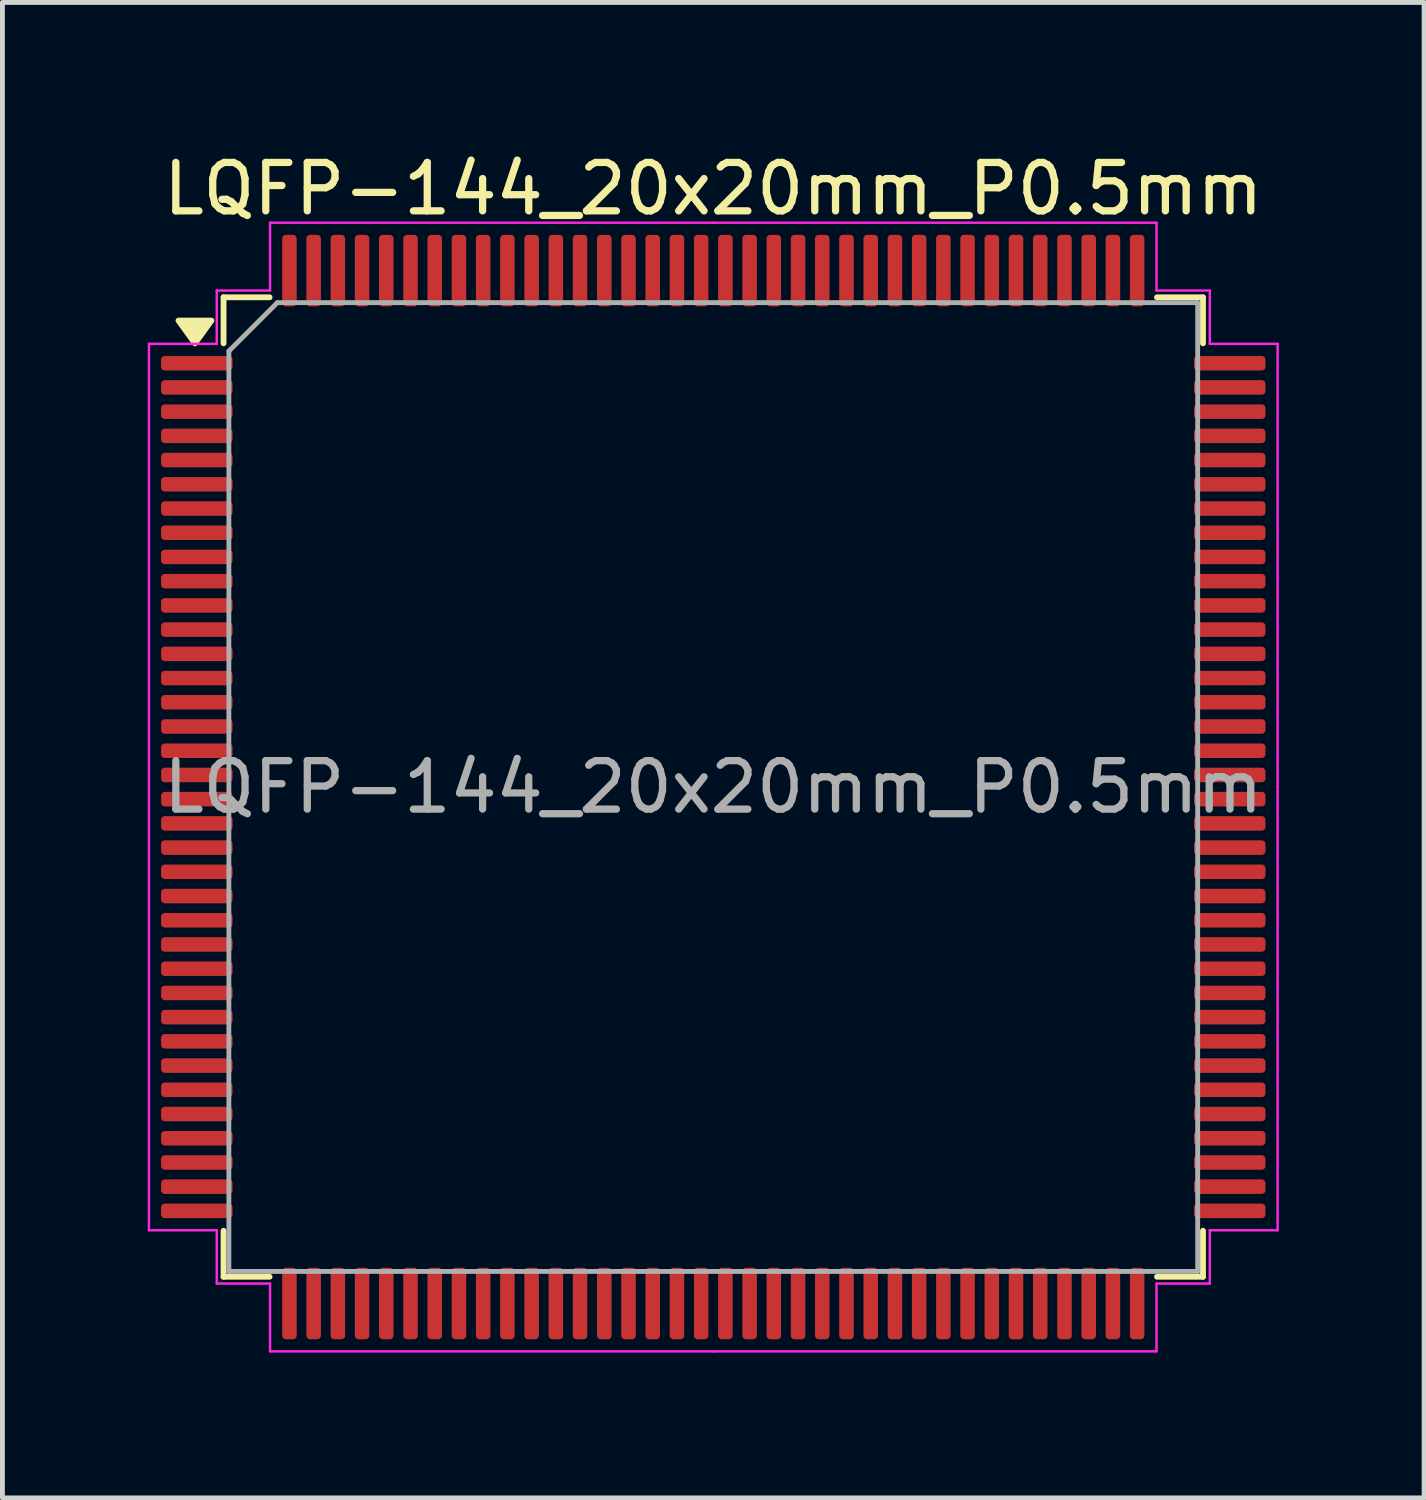
<source format=kicad_pcb>
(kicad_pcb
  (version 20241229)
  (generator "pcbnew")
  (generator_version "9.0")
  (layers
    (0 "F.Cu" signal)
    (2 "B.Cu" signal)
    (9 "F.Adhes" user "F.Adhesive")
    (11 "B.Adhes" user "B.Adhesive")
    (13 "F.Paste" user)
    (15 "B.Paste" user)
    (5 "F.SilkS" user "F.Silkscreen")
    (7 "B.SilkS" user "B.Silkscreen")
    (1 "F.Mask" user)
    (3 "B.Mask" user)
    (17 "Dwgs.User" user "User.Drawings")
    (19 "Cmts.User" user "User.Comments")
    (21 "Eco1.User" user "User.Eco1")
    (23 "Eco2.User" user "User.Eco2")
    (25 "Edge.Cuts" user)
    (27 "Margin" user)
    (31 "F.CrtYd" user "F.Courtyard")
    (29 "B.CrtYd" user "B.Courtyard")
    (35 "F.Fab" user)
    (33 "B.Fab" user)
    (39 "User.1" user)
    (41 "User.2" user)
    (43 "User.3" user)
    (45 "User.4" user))
  (footprint "LQFP-144_20x20mm_P0.5mm"
    (layer "F.Cu")
    (at 11.675 13.198)
    (property "Reference" "LQFP-144_20x20mm_P0.5mm" (at 0 -12.35 0) (layer "F.SilkS") (effects (font (size 1 1) (thickness 0.15))))
    (attr smd)
    (fp_line (start -10.11 -10.11) (end -10.11 -9.16) (stroke (width 0.12) (type solid)) (layer "F.SilkS"))
    (fp_line (start -10.11 10.11) (end -10.11 9.16) (stroke (width 0.12) (type solid)) (layer "F.SilkS"))
    (fp_line (start -9.16 -10.11) (end -10.11 -10.11) (stroke (width 0.12) (type solid)) (layer "F.SilkS"))
    (fp_line (start -9.16 10.11) (end -10.11 10.11) (stroke (width 0.12) (type solid)) (layer "F.SilkS"))
    (fp_line (start 9.16 -10.11) (end 10.11 -10.11) (stroke (width 0.12) (type solid)) (layer "F.SilkS"))
    (fp_line (start 9.16 10.11) (end 10.11 10.11) (stroke (width 0.12) (type solid)) (layer "F.SilkS"))
    (fp_line (start 10.11 -10.11) (end 10.11 -9.16) (stroke (width 0.12) (type solid)) (layer "F.SilkS"))
    (fp_line (start 10.11 10.11) (end 10.11 9.16) (stroke (width 0.12) (type solid)) (layer "F.SilkS"))
    (fp_poly (pts (xy -10.7 -9.16) (xy -11.04 -9.63) (xy -10.36 -9.63) (xy -10.7 -9.16)) (stroke (width 0.12) (type solid)) (fill yes) (layer "F.SilkS"))
    (fp_line (start -11.65 -9.15) (end -11.65 0) (stroke (width 0.05) (type solid)) (layer "F.CrtYd"))
    (fp_line (start -11.65 9.15) (end -11.65 0) (stroke (width 0.05) (type solid)) (layer "F.CrtYd"))
    (fp_line (start -10.25 -10.25) (end -10.25 -9.15) (stroke (width 0.05) (type solid)) (layer "F.CrtYd"))
    (fp_line (start -10.25 -9.15) (end -11.65 -9.15) (stroke (width 0.05) (type solid)) (layer "F.CrtYd"))
    (fp_line (start -10.25 9.15) (end -11.65 9.15) (stroke (width 0.05) (type solid)) (layer "F.CrtYd"))
    (fp_line (start -10.25 10.25) (end -10.25 9.15) (stroke (width 0.05) (type solid)) (layer "F.CrtYd"))
    (fp_line (start -9.15 -11.65) (end -9.15 -10.25) (stroke (width 0.05) (type solid)) (layer "F.CrtYd"))
    (fp_line (start -9.15 -10.25) (end -10.25 -10.25) (stroke (width 0.05) (type solid)) (layer "F.CrtYd"))
    (fp_line (start -9.15 10.25) (end -10.25 10.25) (stroke (width 0.05) (type solid)) (layer "F.CrtYd"))
    (fp_line (start -9.15 11.65) (end -9.15 10.25) (stroke (width 0.05) (type solid)) (layer "F.CrtYd"))
    (fp_line (start 0 -11.65) (end -9.15 -11.65) (stroke (width 0.05) (type solid)) (layer "F.CrtYd"))
    (fp_line (start 0 -11.65) (end 9.15 -11.65) (stroke (width 0.05) (type solid)) (layer "F.CrtYd"))
    (fp_line (start 0 11.65) (end -9.15 11.65) (stroke (width 0.05) (type solid)) (layer "F.CrtYd"))
    (fp_line (start 0 11.65) (end 9.15 11.65) (stroke (width 0.05) (type solid)) (layer "F.CrtYd"))
    (fp_line (start 9.15 -11.65) (end 9.15 -10.25) (stroke (width 0.05) (type solid)) (layer "F.CrtYd"))
    (fp_line (start 9.15 -10.25) (end 10.25 -10.25) (stroke (width 0.05) (type solid)) (layer "F.CrtYd"))
    (fp_line (start 9.15 10.25) (end 10.25 10.25) (stroke (width 0.05) (type solid)) (layer "F.CrtYd"))
    (fp_line (start 9.15 11.65) (end 9.15 10.25) (stroke (width 0.05) (type solid)) (layer "F.CrtYd"))
    (fp_line (start 10.25 -10.25) (end 10.25 -9.15) (stroke (width 0.05) (type solid)) (layer "F.CrtYd"))
    (fp_line (start 10.25 -9.15) (end 11.65 -9.15) (stroke (width 0.05) (type solid)) (layer "F.CrtYd"))
    (fp_line (start 10.25 9.15) (end 11.65 9.15) (stroke (width 0.05) (type solid)) (layer "F.CrtYd"))
    (fp_line (start 10.25 10.25) (end 10.25 9.15) (stroke (width 0.05) (type solid)) (layer "F.CrtYd"))
    (fp_line (start 11.65 -9.15) (end 11.65 0) (stroke (width 0.05) (type solid)) (layer "F.CrtYd"))
    (fp_line (start 11.65 9.15) (end 11.65 0) (stroke (width 0.05) (type solid)) (layer "F.CrtYd"))
    (fp_line (start -10 -9) (end -9 -10) (stroke (width 0.1) (type solid)) (layer "F.Fab"))
    (fp_line (start -10 10) (end -10 -9) (stroke (width 0.1) (type solid)) (layer "F.Fab"))
    (fp_line (start -9 -10) (end 10 -10) (stroke (width 0.1) (type solid)) (layer "F.Fab"))
    (fp_line (start 10 -10) (end 10 10) (stroke (width 0.1) (type solid)) (layer "F.Fab"))
    (fp_line (start 10 10) (end -10 10) (stroke (width 0.1) (type solid)) (layer "F.Fab"))
    (fp_text user "${REFERENCE}" (at 0 0 0) (layer "F.Fab") (effects (font (size 1 1) (thickness 0.15))))
    (pad "1" smd roundrect (at -10.662 -8.75) (size 1.475 0.3) (layers "F.Cu" "F.Mask" "F.Paste") (roundrect_rratio 0.25))
    (pad "2" smd roundrect (at -10.662 -8.25) (size 1.475 0.3) (layers "F.Cu" "F.Mask" "F.Paste") (roundrect_rratio 0.25))
    (pad "3" smd roundrect (at -10.662 -7.75) (size 1.475 0.3) (layers "F.Cu" "F.Mask" "F.Paste") (roundrect_rratio 0.25))
    (pad "4" smd roundrect (at -10.662 -7.25) (size 1.475 0.3) (layers "F.Cu" "F.Mask" "F.Paste") (roundrect_rratio 0.25))
    (pad "5" smd roundrect (at -10.662 -6.75) (size 1.475 0.3) (layers "F.Cu" "F.Mask" "F.Paste") (roundrect_rratio 0.25))
    (pad "6" smd roundrect (at -10.662 -6.25) (size 1.475 0.3) (layers "F.Cu" "F.Mask" "F.Paste") (roundrect_rratio 0.25))
    (pad "7" smd roundrect (at -10.662 -5.75) (size 1.475 0.3) (layers "F.Cu" "F.Mask" "F.Paste") (roundrect_rratio 0.25))
    (pad "8" smd roundrect (at -10.662 -5.25) (size 1.475 0.3) (layers "F.Cu" "F.Mask" "F.Paste") (roundrect_rratio 0.25))
    (pad "9" smd roundrect (at -10.662 -4.75) (size 1.475 0.3) (layers "F.Cu" "F.Mask" "F.Paste") (roundrect_rratio 0.25))
    (pad "10" smd roundrect (at -10.662 -4.25) (size 1.475 0.3) (layers "F.Cu" "F.Mask" "F.Paste") (roundrect_rratio 0.25))
    (pad "11" smd roundrect (at -10.662 -3.75) (size 1.475 0.3) (layers "F.Cu" "F.Mask" "F.Paste") (roundrect_rratio 0.25))
    (pad "12" smd roundrect (at -10.662 -3.25) (size 1.475 0.3) (layers "F.Cu" "F.Mask" "F.Paste") (roundrect_rratio 0.25))
    (pad "13" smd roundrect (at -10.662 -2.75) (size 1.475 0.3) (layers "F.Cu" "F.Mask" "F.Paste") (roundrect_rratio 0.25))
    (pad "14" smd roundrect (at -10.662 -2.25) (size 1.475 0.3) (layers "F.Cu" "F.Mask" "F.Paste") (roundrect_rratio 0.25))
    (pad "15" smd roundrect (at -10.662 -1.75) (size 1.475 0.3) (layers "F.Cu" "F.Mask" "F.Paste") (roundrect_rratio 0.25))
    (pad "16" smd roundrect (at -10.662 -1.25) (size 1.475 0.3) (layers "F.Cu" "F.Mask" "F.Paste") (roundrect_rratio 0.25))
    (pad "17" smd roundrect (at -10.662 -0.75) (size 1.475 0.3) (layers "F.Cu" "F.Mask" "F.Paste") (roundrect_rratio 0.25))
    (pad "18" smd roundrect (at -10.662 -0.25) (size 1.475 0.3) (layers "F.Cu" "F.Mask" "F.Paste") (roundrect_rratio 0.25))
    (pad "19" smd roundrect (at -10.662 0.25) (size 1.475 0.3) (layers "F.Cu" "F.Mask" "F.Paste") (roundrect_rratio 0.25))
    (pad "20" smd roundrect (at -10.662 0.75) (size 1.475 0.3) (layers "F.Cu" "F.Mask" "F.Paste") (roundrect_rratio 0.25))
    (pad "21" smd roundrect (at -10.662 1.25) (size 1.475 0.3) (layers "F.Cu" "F.Mask" "F.Paste") (roundrect_rratio 0.25))
    (pad "22" smd roundrect (at -10.662 1.75) (size 1.475 0.3) (layers "F.Cu" "F.Mask" "F.Paste") (roundrect_rratio 0.25))
    (pad "23" smd roundrect (at -10.662 2.25) (size 1.475 0.3) (layers "F.Cu" "F.Mask" "F.Paste") (roundrect_rratio 0.25))
    (pad "24" smd roundrect (at -10.662 2.75) (size 1.475 0.3) (layers "F.Cu" "F.Mask" "F.Paste") (roundrect_rratio 0.25))
    (pad "25" smd roundrect (at -10.662 3.25) (size 1.475 0.3) (layers "F.Cu" "F.Mask" "F.Paste") (roundrect_rratio 0.25))
    (pad "26" smd roundrect (at -10.662 3.75) (size 1.475 0.3) (layers "F.Cu" "F.Mask" "F.Paste") (roundrect_rratio 0.25))
    (pad "27" smd roundrect (at -10.662 4.25) (size 1.475 0.3) (layers "F.Cu" "F.Mask" "F.Paste") (roundrect_rratio 0.25))
    (pad "28" smd roundrect (at -10.662 4.75) (size 1.475 0.3) (layers "F.Cu" "F.Mask" "F.Paste") (roundrect_rratio 0.25))
    (pad "29" smd roundrect (at -10.662 5.25) (size 1.475 0.3) (layers "F.Cu" "F.Mask" "F.Paste") (roundrect_rratio 0.25))
    (pad "30" smd roundrect (at -10.662 5.75) (size 1.475 0.3) (layers "F.Cu" "F.Mask" "F.Paste") (roundrect_rratio 0.25))
    (pad "31" smd roundrect (at -10.662 6.25) (size 1.475 0.3) (layers "F.Cu" "F.Mask" "F.Paste") (roundrect_rratio 0.25))
    (pad "32" smd roundrect (at -10.662 6.75) (size 1.475 0.3) (layers "F.Cu" "F.Mask" "F.Paste") (roundrect_rratio 0.25))
    (pad "33" smd roundrect (at -10.662 7.25) (size 1.475 0.3) (layers "F.Cu" "F.Mask" "F.Paste") (roundrect_rratio 0.25))
    (pad "34" smd roundrect (at -10.662 7.75) (size 1.475 0.3) (layers "F.Cu" "F.Mask" "F.Paste") (roundrect_rratio 0.25))
    (pad "35" smd roundrect (at -10.662 8.25) (size 1.475 0.3) (layers "F.Cu" "F.Mask" "F.Paste") (roundrect_rratio 0.25))
    (pad "36" smd roundrect (at -10.662 8.75) (size 1.475 0.3) (layers "F.Cu" "F.Mask" "F.Paste") (roundrect_rratio 0.25))
    (pad "37" smd roundrect (at -8.75 10.662) (size 0.3 1.475) (layers "F.Cu" "F.Mask" "F.Paste") (roundrect_rratio 0.25))
    (pad "38" smd roundrect (at -8.25 10.662) (size 0.3 1.475) (layers "F.Cu" "F.Mask" "F.Paste") (roundrect_rratio 0.25))
    (pad "39" smd roundrect (at -7.75 10.662) (size 0.3 1.475) (layers "F.Cu" "F.Mask" "F.Paste") (roundrect_rratio 0.25))
    (pad "40" smd roundrect (at -7.25 10.662) (size 0.3 1.475) (layers "F.Cu" "F.Mask" "F.Paste") (roundrect_rratio 0.25))
    (pad "41" smd roundrect (at -6.75 10.662) (size 0.3 1.475) (layers "F.Cu" "F.Mask" "F.Paste") (roundrect_rratio 0.25))
    (pad "42" smd roundrect (at -6.25 10.662) (size 0.3 1.475) (layers "F.Cu" "F.Mask" "F.Paste") (roundrect_rratio 0.25))
    (pad "43" smd roundrect (at -5.75 10.662) (size 0.3 1.475) (layers "F.Cu" "F.Mask" "F.Paste") (roundrect_rratio 0.25))
    (pad "44" smd roundrect (at -5.25 10.662) (size 0.3 1.475) (layers "F.Cu" "F.Mask" "F.Paste") (roundrect_rratio 0.25))
    (pad "45" smd roundrect (at -4.75 10.662) (size 0.3 1.475) (layers "F.Cu" "F.Mask" "F.Paste") (roundrect_rratio 0.25))
    (pad "46" smd roundrect (at -4.25 10.662) (size 0.3 1.475) (layers "F.Cu" "F.Mask" "F.Paste") (roundrect_rratio 0.25))
    (pad "47" smd roundrect (at -3.75 10.662) (size 0.3 1.475) (layers "F.Cu" "F.Mask" "F.Paste") (roundrect_rratio 0.25))
    (pad "48" smd roundrect (at -3.25 10.662) (size 0.3 1.475) (layers "F.Cu" "F.Mask" "F.Paste") (roundrect_rratio 0.25))
    (pad "49" smd roundrect (at -2.75 10.662) (size 0.3 1.475) (layers "F.Cu" "F.Mask" "F.Paste") (roundrect_rratio 0.25))
    (pad "50" smd roundrect (at -2.25 10.662) (size 0.3 1.475) (layers "F.Cu" "F.Mask" "F.Paste") (roundrect_rratio 0.25))
    (pad "51" smd roundrect (at -1.75 10.662) (size 0.3 1.475) (layers "F.Cu" "F.Mask" "F.Paste") (roundrect_rratio 0.25))
    (pad "52" smd roundrect (at -1.25 10.662) (size 0.3 1.475) (layers "F.Cu" "F.Mask" "F.Paste") (roundrect_rratio 0.25))
    (pad "53" smd roundrect (at -0.75 10.662) (size 0.3 1.475) (layers "F.Cu" "F.Mask" "F.Paste") (roundrect_rratio 0.25))
    (pad "54" smd roundrect (at -0.25 10.662) (size 0.3 1.475) (layers "F.Cu" "F.Mask" "F.Paste") (roundrect_rratio 0.25))
    (pad "55" smd roundrect (at 0.25 10.662) (size 0.3 1.475) (layers "F.Cu" "F.Mask" "F.Paste") (roundrect_rratio 0.25))
    (pad "56" smd roundrect (at 0.75 10.662) (size 0.3 1.475) (layers "F.Cu" "F.Mask" "F.Paste") (roundrect_rratio 0.25))
    (pad "57" smd roundrect (at 1.25 10.662) (size 0.3 1.475) (layers "F.Cu" "F.Mask" "F.Paste") (roundrect_rratio 0.25))
    (pad "58" smd roundrect (at 1.75 10.662) (size 0.3 1.475) (layers "F.Cu" "F.Mask" "F.Paste") (roundrect_rratio 0.25))
    (pad "59" smd roundrect (at 2.25 10.662) (size 0.3 1.475) (layers "F.Cu" "F.Mask" "F.Paste") (roundrect_rratio 0.25))
    (pad "60" smd roundrect (at 2.75 10.662) (size 0.3 1.475) (layers "F.Cu" "F.Mask" "F.Paste") (roundrect_rratio 0.25))
    (pad "61" smd roundrect (at 3.25 10.662) (size 0.3 1.475) (layers "F.Cu" "F.Mask" "F.Paste") (roundrect_rratio 0.25))
    (pad "62" smd roundrect (at 3.75 10.662) (size 0.3 1.475) (layers "F.Cu" "F.Mask" "F.Paste") (roundrect_rratio 0.25))
    (pad "63" smd roundrect (at 4.25 10.662) (size 0.3 1.475) (layers "F.Cu" "F.Mask" "F.Paste") (roundrect_rratio 0.25))
    (pad "64" smd roundrect (at 4.75 10.662) (size 0.3 1.475) (layers "F.Cu" "F.Mask" "F.Paste") (roundrect_rratio 0.25))
    (pad "65" smd roundrect (at 5.25 10.662) (size 0.3 1.475) (layers "F.Cu" "F.Mask" "F.Paste") (roundrect_rratio 0.25))
    (pad "66" smd roundrect (at 5.75 10.662) (size 0.3 1.475) (layers "F.Cu" "F.Mask" "F.Paste") (roundrect_rratio 0.25))
    (pad "67" smd roundrect (at 6.25 10.662) (size 0.3 1.475) (layers "F.Cu" "F.Mask" "F.Paste") (roundrect_rratio 0.25))
    (pad "68" smd roundrect (at 6.75 10.662) (size 0.3 1.475) (layers "F.Cu" "F.Mask" "F.Paste") (roundrect_rratio 0.25))
    (pad "69" smd roundrect (at 7.25 10.662) (size 0.3 1.475) (layers "F.Cu" "F.Mask" "F.Paste") (roundrect_rratio 0.25))
    (pad "70" smd roundrect (at 7.75 10.662) (size 0.3 1.475) (layers "F.Cu" "F.Mask" "F.Paste") (roundrect_rratio 0.25))
    (pad "71" smd roundrect (at 8.25 10.662) (size 0.3 1.475) (layers "F.Cu" "F.Mask" "F.Paste") (roundrect_rratio 0.25))
    (pad "72" smd roundrect (at 8.75 10.662) (size 0.3 1.475) (layers "F.Cu" "F.Mask" "F.Paste") (roundrect_rratio 0.25))
    (pad "73" smd roundrect (at 10.662 8.75) (size 1.475 0.3) (layers "F.Cu" "F.Mask" "F.Paste") (roundrect_rratio 0.25))
    (pad "74" smd roundrect (at 10.662 8.25) (size 1.475 0.3) (layers "F.Cu" "F.Mask" "F.Paste") (roundrect_rratio 0.25))
    (pad "75" smd roundrect (at 10.662 7.75) (size 1.475 0.3) (layers "F.Cu" "F.Mask" "F.Paste") (roundrect_rratio 0.25))
    (pad "76" smd roundrect (at 10.662 7.25) (size 1.475 0.3) (layers "F.Cu" "F.Mask" "F.Paste") (roundrect_rratio 0.25))
    (pad "77" smd roundrect (at 10.662 6.75) (size 1.475 0.3) (layers "F.Cu" "F.Mask" "F.Paste") (roundrect_rratio 0.25))
    (pad "78" smd roundrect (at 10.662 6.25) (size 1.475 0.3) (layers "F.Cu" "F.Mask" "F.Paste") (roundrect_rratio 0.25))
    (pad "79" smd roundrect (at 10.662 5.75) (size 1.475 0.3) (layers "F.Cu" "F.Mask" "F.Paste") (roundrect_rratio 0.25))
    (pad "80" smd roundrect (at 10.662 5.25) (size 1.475 0.3) (layers "F.Cu" "F.Mask" "F.Paste") (roundrect_rratio 0.25))
    (pad "81" smd roundrect (at 10.662 4.75) (size 1.475 0.3) (layers "F.Cu" "F.Mask" "F.Paste") (roundrect_rratio 0.25))
    (pad "82" smd roundrect (at 10.662 4.25) (size 1.475 0.3) (layers "F.Cu" "F.Mask" "F.Paste") (roundrect_rratio 0.25))
    (pad "83" smd roundrect (at 10.662 3.75) (size 1.475 0.3) (layers "F.Cu" "F.Mask" "F.Paste") (roundrect_rratio 0.25))
    (pad "84" smd roundrect (at 10.662 3.25) (size 1.475 0.3) (layers "F.Cu" "F.Mask" "F.Paste") (roundrect_rratio 0.25))
    (pad "85" smd roundrect (at 10.662 2.75) (size 1.475 0.3) (layers "F.Cu" "F.Mask" "F.Paste") (roundrect_rratio 0.25))
    (pad "86" smd roundrect (at 10.662 2.25) (size 1.475 0.3) (layers "F.Cu" "F.Mask" "F.Paste") (roundrect_rratio 0.25))
    (pad "87" smd roundrect (at 10.662 1.75) (size 1.475 0.3) (layers "F.Cu" "F.Mask" "F.Paste") (roundrect_rratio 0.25))
    (pad "88" smd roundrect (at 10.662 1.25) (size 1.475 0.3) (layers "F.Cu" "F.Mask" "F.Paste") (roundrect_rratio 0.25))
    (pad "89" smd roundrect (at 10.662 0.75) (size 1.475 0.3) (layers "F.Cu" "F.Mask" "F.Paste") (roundrect_rratio 0.25))
    (pad "90" smd roundrect (at 10.662 0.25) (size 1.475 0.3) (layers "F.Cu" "F.Mask" "F.Paste") (roundrect_rratio 0.25))
    (pad "91" smd roundrect (at 10.662 -0.25) (size 1.475 0.3) (layers "F.Cu" "F.Mask" "F.Paste") (roundrect_rratio 0.25))
    (pad "92" smd roundrect (at 10.662 -0.75) (size 1.475 0.3) (layers "F.Cu" "F.Mask" "F.Paste") (roundrect_rratio 0.25))
    (pad "93" smd roundrect (at 10.662 -1.25) (size 1.475 0.3) (layers "F.Cu" "F.Mask" "F.Paste") (roundrect_rratio 0.25))
    (pad "94" smd roundrect (at 10.662 -1.75) (size 1.475 0.3) (layers "F.Cu" "F.Mask" "F.Paste") (roundrect_rratio 0.25))
    (pad "95" smd roundrect (at 10.662 -2.25) (size 1.475 0.3) (layers "F.Cu" "F.Mask" "F.Paste") (roundrect_rratio 0.25))
    (pad "96" smd roundrect (at 10.662 -2.75) (size 1.475 0.3) (layers "F.Cu" "F.Mask" "F.Paste") (roundrect_rratio 0.25))
    (pad "97" smd roundrect (at 10.662 -3.25) (size 1.475 0.3) (layers "F.Cu" "F.Mask" "F.Paste") (roundrect_rratio 0.25))
    (pad "98" smd roundrect (at 10.662 -3.75) (size 1.475 0.3) (layers "F.Cu" "F.Mask" "F.Paste") (roundrect_rratio 0.25))
    (pad "99" smd roundrect (at 10.662 -4.25) (size 1.475 0.3) (layers "F.Cu" "F.Mask" "F.Paste") (roundrect_rratio 0.25))
    (pad "100" smd roundrect (at 10.662 -4.75) (size 1.475 0.3) (layers "F.Cu" "F.Mask" "F.Paste") (roundrect_rratio 0.25))
    (pad "101" smd roundrect (at 10.662 -5.25) (size 1.475 0.3) (layers "F.Cu" "F.Mask" "F.Paste") (roundrect_rratio 0.25))
    (pad "102" smd roundrect (at 10.662 -5.75) (size 1.475 0.3) (layers "F.Cu" "F.Mask" "F.Paste") (roundrect_rratio 0.25))
    (pad "103" smd roundrect (at 10.662 -6.25) (size 1.475 0.3) (layers "F.Cu" "F.Mask" "F.Paste") (roundrect_rratio 0.25))
    (pad "104" smd roundrect (at 10.662 -6.75) (size 1.475 0.3) (layers "F.Cu" "F.Mask" "F.Paste") (roundrect_rratio 0.25))
    (pad "105" smd roundrect (at 10.662 -7.25) (size 1.475 0.3) (layers "F.Cu" "F.Mask" "F.Paste") (roundrect_rratio 0.25))
    (pad "106" smd roundrect (at 10.662 -7.75) (size 1.475 0.3) (layers "F.Cu" "F.Mask" "F.Paste") (roundrect_rratio 0.25))
    (pad "107" smd roundrect (at 10.662 -8.25) (size 1.475 0.3) (layers "F.Cu" "F.Mask" "F.Paste") (roundrect_rratio 0.25))
    (pad "108" smd roundrect (at 10.662 -8.75) (size 1.475 0.3) (layers "F.Cu" "F.Mask" "F.Paste") (roundrect_rratio 0.25))
    (pad "109" smd roundrect (at 8.75 -10.662) (size 0.3 1.475) (layers "F.Cu" "F.Mask" "F.Paste") (roundrect_rratio 0.25))
    (pad "110" smd roundrect (at 8.25 -10.662) (size 0.3 1.475) (layers "F.Cu" "F.Mask" "F.Paste") (roundrect_rratio 0.25))
    (pad "111" smd roundrect (at 7.75 -10.662) (size 0.3 1.475) (layers "F.Cu" "F.Mask" "F.Paste") (roundrect_rratio 0.25))
    (pad "112" smd roundrect (at 7.25 -10.662) (size 0.3 1.475) (layers "F.Cu" "F.Mask" "F.Paste") (roundrect_rratio 0.25))
    (pad "113" smd roundrect (at 6.75 -10.662) (size 0.3 1.475) (layers "F.Cu" "F.Mask" "F.Paste") (roundrect_rratio 0.25))
    (pad "114" smd roundrect (at 6.25 -10.662) (size 0.3 1.475) (layers "F.Cu" "F.Mask" "F.Paste") (roundrect_rratio 0.25))
    (pad "115" smd roundrect (at 5.75 -10.662) (size 0.3 1.475) (layers "F.Cu" "F.Mask" "F.Paste") (roundrect_rratio 0.25))
    (pad "116" smd roundrect (at 5.25 -10.662) (size 0.3 1.475) (layers "F.Cu" "F.Mask" "F.Paste") (roundrect_rratio 0.25))
    (pad "117" smd roundrect (at 4.75 -10.662) (size 0.3 1.475) (layers "F.Cu" "F.Mask" "F.Paste") (roundrect_rratio 0.25))
    (pad "118" smd roundrect (at 4.25 -10.662) (size 0.3 1.475) (layers "F.Cu" "F.Mask" "F.Paste") (roundrect_rratio 0.25))
    (pad "119" smd roundrect (at 3.75 -10.662) (size 0.3 1.475) (layers "F.Cu" "F.Mask" "F.Paste") (roundrect_rratio 0.25))
    (pad "120" smd roundrect (at 3.25 -10.662) (size 0.3 1.475) (layers "F.Cu" "F.Mask" "F.Paste") (roundrect_rratio 0.25))
    (pad "121" smd roundrect (at 2.75 -10.662) (size 0.3 1.475) (layers "F.Cu" "F.Mask" "F.Paste") (roundrect_rratio 0.25))
    (pad "122" smd roundrect (at 2.25 -10.662) (size 0.3 1.475) (layers "F.Cu" "F.Mask" "F.Paste") (roundrect_rratio 0.25))
    (pad "123" smd roundrect (at 1.75 -10.662) (size 0.3 1.475) (layers "F.Cu" "F.Mask" "F.Paste") (roundrect_rratio 0.25))
    (pad "124" smd roundrect (at 1.25 -10.662) (size 0.3 1.475) (layers "F.Cu" "F.Mask" "F.Paste") (roundrect_rratio 0.25))
    (pad "125" smd roundrect (at 0.75 -10.662) (size 0.3 1.475) (layers "F.Cu" "F.Mask" "F.Paste") (roundrect_rratio 0.25))
    (pad "126" smd roundrect (at 0.25 -10.662) (size 0.3 1.475) (layers "F.Cu" "F.Mask" "F.Paste") (roundrect_rratio 0.25))
    (pad "127" smd roundrect (at -0.25 -10.662) (size 0.3 1.475) (layers "F.Cu" "F.Mask" "F.Paste") (roundrect_rratio 0.25))
    (pad "128" smd roundrect (at -0.75 -10.662) (size 0.3 1.475) (layers "F.Cu" "F.Mask" "F.Paste") (roundrect_rratio 0.25))
    (pad "129" smd roundrect (at -1.25 -10.662) (size 0.3 1.475) (layers "F.Cu" "F.Mask" "F.Paste") (roundrect_rratio 0.25))
    (pad "130" smd roundrect (at -1.75 -10.662) (size 0.3 1.475) (layers "F.Cu" "F.Mask" "F.Paste") (roundrect_rratio 0.25))
    (pad "131" smd roundrect (at -2.25 -10.662) (size 0.3 1.475) (layers "F.Cu" "F.Mask" "F.Paste") (roundrect_rratio 0.25))
    (pad "132" smd roundrect (at -2.75 -10.662) (size 0.3 1.475) (layers "F.Cu" "F.Mask" "F.Paste") (roundrect_rratio 0.25))
    (pad "133" smd roundrect (at -3.25 -10.662) (size 0.3 1.475) (layers "F.Cu" "F.Mask" "F.Paste") (roundrect_rratio 0.25))
    (pad "134" smd roundrect (at -3.75 -10.662) (size 0.3 1.475) (layers "F.Cu" "F.Mask" "F.Paste") (roundrect_rratio 0.25))
    (pad "135" smd roundrect (at -4.25 -10.662) (size 0.3 1.475) (layers "F.Cu" "F.Mask" "F.Paste") (roundrect_rratio 0.25))
    (pad "136" smd roundrect (at -4.75 -10.662) (size 0.3 1.475) (layers "F.Cu" "F.Mask" "F.Paste") (roundrect_rratio 0.25))
    (pad "137" smd roundrect (at -5.25 -10.662) (size 0.3 1.475) (layers "F.Cu" "F.Mask" "F.Paste") (roundrect_rratio 0.25))
    (pad "138" smd roundrect (at -5.75 -10.662) (size 0.3 1.475) (layers "F.Cu" "F.Mask" "F.Paste") (roundrect_rratio 0.25))
    (pad "139" smd roundrect (at -6.25 -10.662) (size 0.3 1.475) (layers "F.Cu" "F.Mask" "F.Paste") (roundrect_rratio 0.25))
    (pad "140" smd roundrect (at -6.75 -10.662) (size 0.3 1.475) (layers "F.Cu" "F.Mask" "F.Paste") (roundrect_rratio 0.25))
    (pad "141" smd roundrect (at -7.25 -10.662) (size 0.3 1.475) (layers "F.Cu" "F.Mask" "F.Paste") (roundrect_rratio 0.25))
    (pad "142" smd roundrect (at -7.75 -10.662) (size 0.3 1.475) (layers "F.Cu" "F.Mask" "F.Paste") (roundrect_rratio 0.25))
    (pad "143" smd roundrect (at -8.25 -10.662) (size 0.3 1.475) (layers "F.Cu" "F.Mask" "F.Paste") (roundrect_rratio 0.25))
    (pad "144" smd roundrect (at -8.75 -10.662) (size 0.3 1.475) (layers "F.Cu" "F.Mask" "F.Paste") (roundrect_rratio 0.25)))
  (gr_rect
    (start -3 -3)
    (end 26.35 27.873)
    (stroke (width 0.1) (type default))
    (fill no)
    (layer "Edge.Cuts")))
</source>
